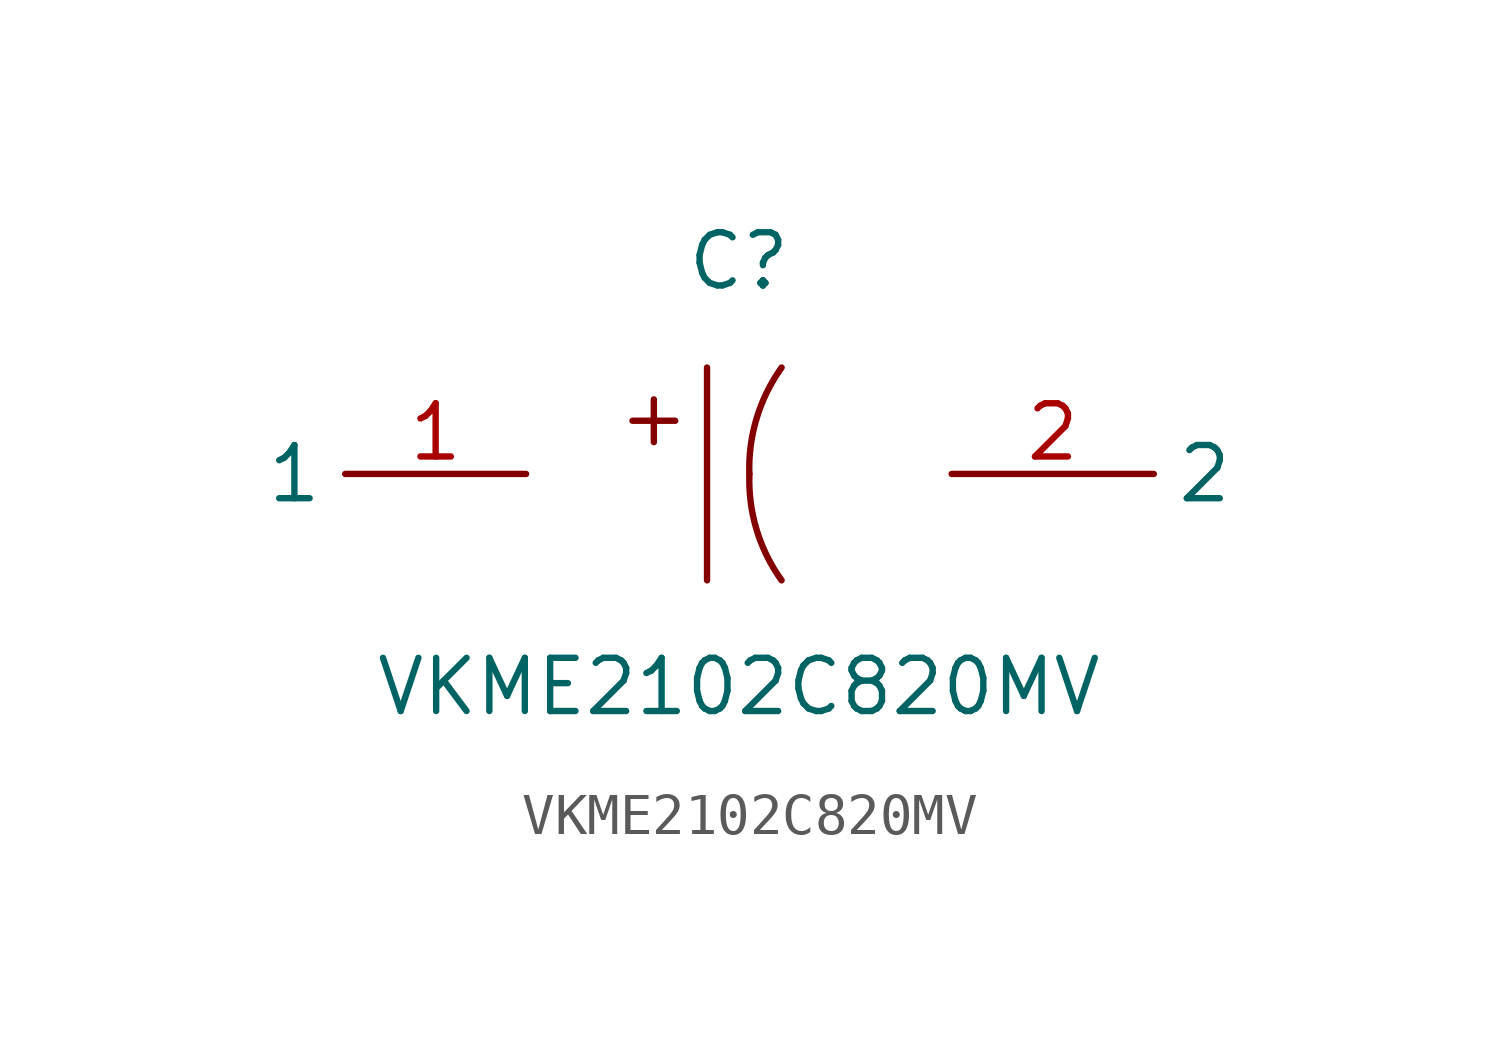
<source format=kicad_sym>
(kicad_symbol_lib
  (version 1)
  (generator "faebryk")
  (symbol "VKME2102C820MV"
    (property "Reference" "C"
      (at 0 5.08 0)
      (effects (font (size 1.27 1.27)) (hide no)))
    (property "Value" "VKME2102C820MV"
      (at 0 -5.08 0)
      (effects (font (size 1.27 1.27)) (hide no)))
    (symbol "VKME2102C820MV_0_1"
      (polyline (stroke (width 0) (type default) (color 0 0 0 0)) (fill (type none)) (pts (xy -0.76 2.54) (xy -0.76 -2.54)))
      (rectangle (start -2.03 1.78) (end -2.03 0.76) (stroke (width 0) (type default) (color 0 0 0 0)) (fill (type background)))
      (rectangle (start -2.54 1.27) (end -1.52 1.27) (stroke (width 0) (type default) (color 0 0 0 0)) (fill (type background)))
      (arc (start 0.25 0) (mid 8.4 0.21) (end 1.02 -2.54) (stroke (width 0) (type default) (color 0 0 0 0)) (fill (type none)))
      (arc (start 1.02 2.54) (mid 8.47 -0.52) (end 0.25 0) (stroke (width 0) (type default) (color 0 0 0 0)) (fill (type none)))
      (pin unspecified line (at -5.08 0 180) (length 4.318) (name "1" (effects (font (size 1.27 1.27)) (hide no))) (number "1" (effects (font (size 1.27 1.27)) (hide no))))
      (pin unspecified line (at 5.08 0 0) (length 4.826) (name "2" (effects (font (size 1.27 1.27)) (hide no))) (number "2" (effects (font (size 1.27 1.27)) (hide no)))))))
</source>
